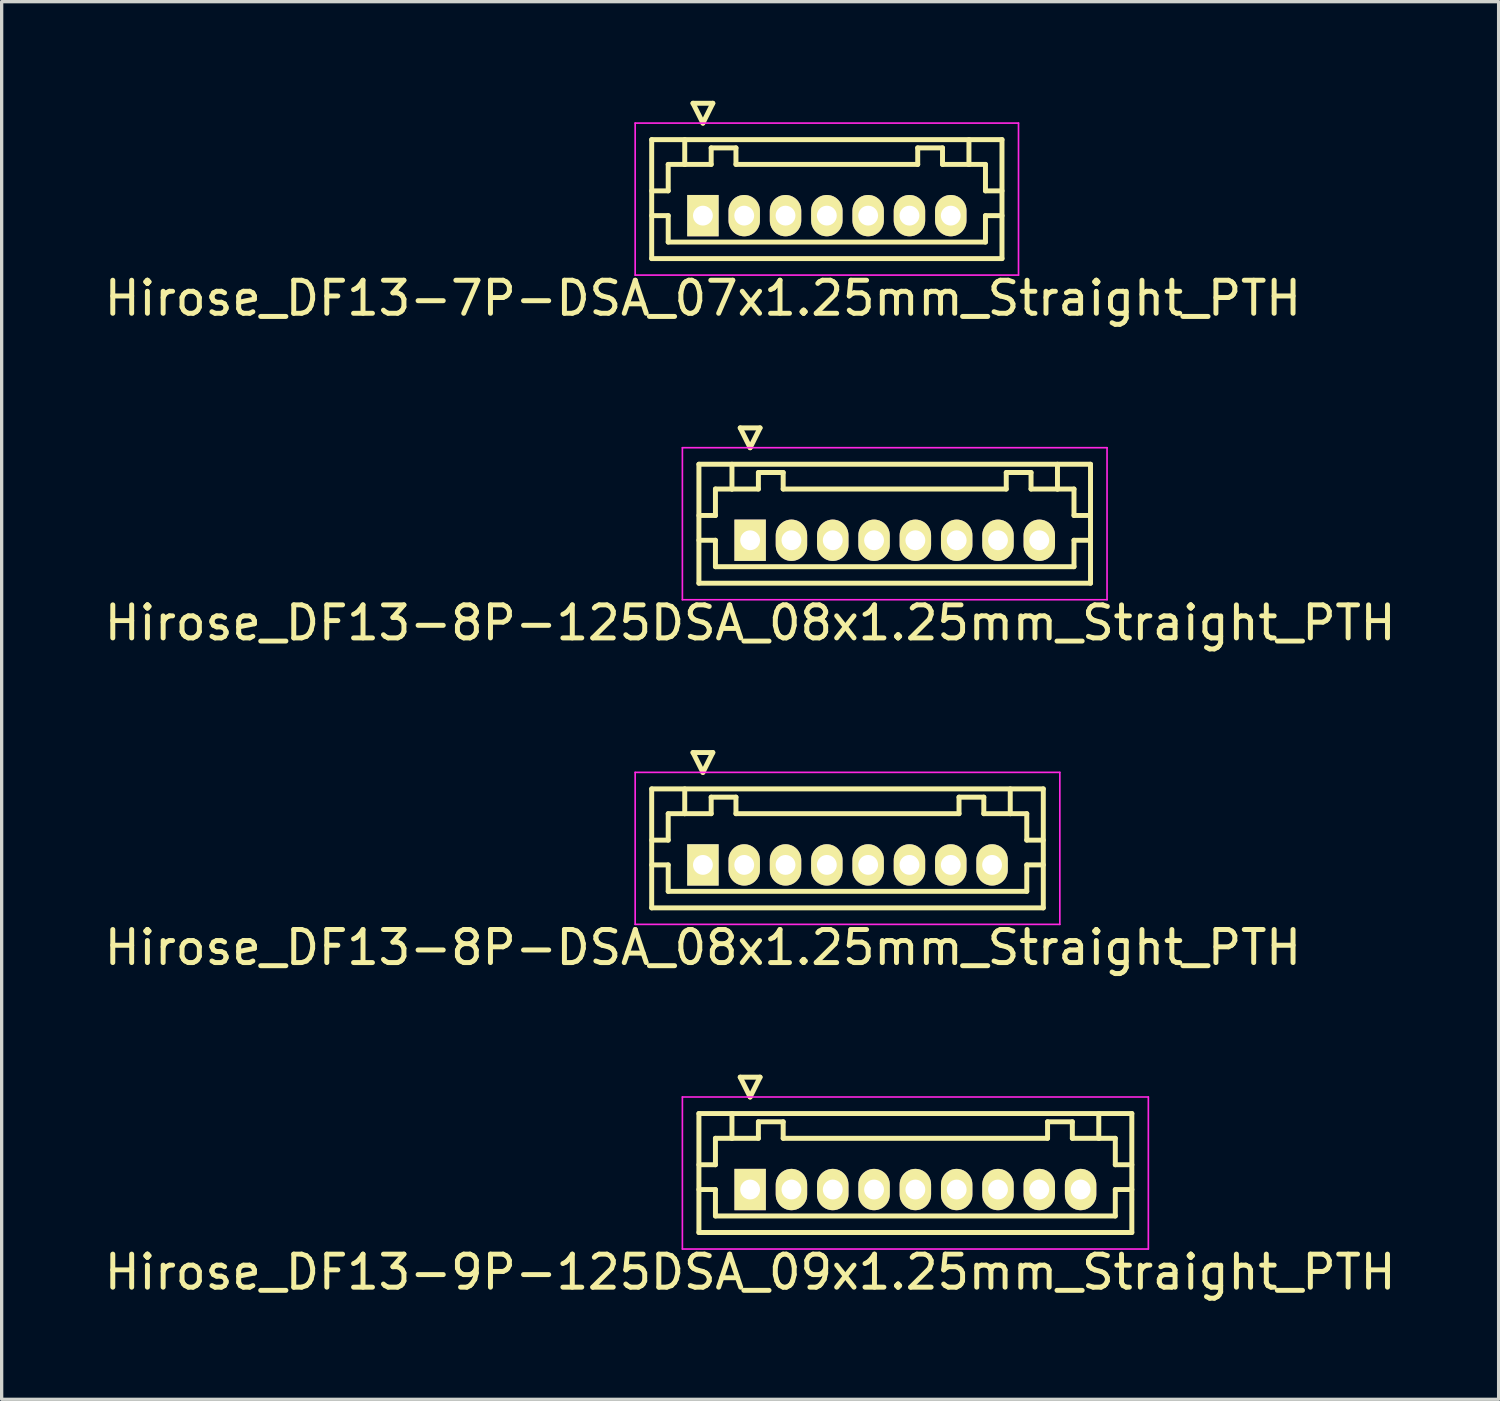
<source format=kicad_pcb>
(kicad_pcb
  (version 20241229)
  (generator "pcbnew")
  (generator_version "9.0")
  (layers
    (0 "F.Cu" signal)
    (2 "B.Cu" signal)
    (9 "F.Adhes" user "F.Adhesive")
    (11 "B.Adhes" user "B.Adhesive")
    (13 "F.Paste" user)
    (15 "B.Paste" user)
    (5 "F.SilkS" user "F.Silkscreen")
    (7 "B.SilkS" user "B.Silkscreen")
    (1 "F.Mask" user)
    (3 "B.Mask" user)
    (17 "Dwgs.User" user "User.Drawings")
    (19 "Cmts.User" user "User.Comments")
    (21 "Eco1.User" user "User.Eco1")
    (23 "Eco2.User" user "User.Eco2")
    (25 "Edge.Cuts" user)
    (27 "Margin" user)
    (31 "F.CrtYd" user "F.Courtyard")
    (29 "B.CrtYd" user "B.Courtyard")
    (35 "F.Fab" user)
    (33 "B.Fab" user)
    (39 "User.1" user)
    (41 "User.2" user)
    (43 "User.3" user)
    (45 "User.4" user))
  (footprint "Hirose_DF13-8P-125DSA_08x1.25mm_Straight_PTH"
    (layer "F.Cu")
    (at 19.649 13.298)
    (property "Reference" "Hirose_DF13-8P-125DSA_08x1.25mm_Straight_PTH" (at 0 2.5 0) (layer "F.SilkS") (effects (font (size 1 1) (thickness 0.15))))
    (attr through_hole)
    (fp_line (start -1.55 -2.3) (end -1.55 1.3) (stroke (width 0.15) (type solid)) (layer "F.SilkS"))
    (fp_line (start -1.55 -0.75) (end -1.05 -0.75) (stroke (width 0.15) (type solid)) (layer "F.SilkS"))
    (fp_line (start -1.55 0) (end -1.05 0) (stroke (width 0.15) (type solid)) (layer "F.SilkS"))
    (fp_line (start -1.55 1.3) (end 10.3 1.3) (stroke (width 0.15) (type solid)) (layer "F.SilkS"))
    (fp_line (start -1.05 -1.55) (end -0.55 -1.55) (stroke (width 0.15) (type solid)) (layer "F.SilkS"))
    (fp_line (start -1.05 -0.75) (end -1.05 -1.55) (stroke (width 0.15) (type solid)) (layer "F.SilkS"))
    (fp_line (start -1.05 0) (end -1.05 0.8) (stroke (width 0.15) (type solid)) (layer "F.SilkS"))
    (fp_line (start -1.05 0.8) (end 9.8 0.8) (stroke (width 0.15) (type solid)) (layer "F.SilkS"))
    (fp_line (start -0.55 -1.55) (end -0.55 -2.3) (stroke (width 0.15) (type solid)) (layer "F.SilkS"))
    (fp_line (start -0.55 -1.55) (end 0.25 -1.55) (stroke (width 0.15) (type solid)) (layer "F.SilkS"))
    (fp_line (start -0.3 -3.4) (end 0.3 -3.4) (stroke (width 0.15) (type solid)) (layer "F.SilkS"))
    (fp_line (start 0 -2.8) (end -0.3 -3.4) (stroke (width 0.15) (type solid)) (layer "F.SilkS"))
    (fp_line (start 0.25 -2.05) (end 1 -2.05) (stroke (width 0.15) (type solid)) (layer "F.SilkS"))
    (fp_line (start 0.25 -1.55) (end 0.25 -2.05) (stroke (width 0.15) (type solid)) (layer "F.SilkS"))
    (fp_line (start 0.3 -3.4) (end 0 -2.8) (stroke (width 0.15) (type solid)) (layer "F.SilkS"))
    (fp_line (start 1 -2.05) (end 1 -1.55) (stroke (width 0.15) (type solid)) (layer "F.SilkS"))
    (fp_line (start 1 -1.55) (end 7.75 -1.55) (stroke (width 0.15) (type solid)) (layer "F.SilkS"))
    (fp_line (start 7.75 -2.05) (end 8.5 -2.05) (stroke (width 0.15) (type solid)) (layer "F.SilkS"))
    (fp_line (start 7.75 -1.55) (end 7.75 -2.05) (stroke (width 0.15) (type solid)) (layer "F.SilkS"))
    (fp_line (start 8.5 -2.05) (end 8.5 -1.55) (stroke (width 0.15) (type solid)) (layer "F.SilkS"))
    (fp_line (start 8.5 -1.55) (end 9.3 -1.55) (stroke (width 0.15) (type solid)) (layer "F.SilkS"))
    (fp_line (start 9.3 -1.55) (end 9.3 -2.3) (stroke (width 0.15) (type solid)) (layer "F.SilkS"))
    (fp_line (start 9.8 -1.55) (end 9.3 -1.55) (stroke (width 0.15) (type solid)) (layer "F.SilkS"))
    (fp_line (start 9.8 -0.75) (end 9.8 -1.55) (stroke (width 0.15) (type solid)) (layer "F.SilkS"))
    (fp_line (start 9.8 0) (end 10.3 0) (stroke (width 0.15) (type solid)) (layer "F.SilkS"))
    (fp_line (start 9.8 0.8) (end 9.8 0) (stroke (width 0.15) (type solid)) (layer "F.SilkS"))
    (fp_line (start 10.3 -2.3) (end -1.55 -2.3) (stroke (width 0.15) (type solid)) (layer "F.SilkS"))
    (fp_line (start 10.3 -0.75) (end 9.8 -0.75) (stroke (width 0.15) (type solid)) (layer "F.SilkS"))
    (fp_line (start 10.3 1.3) (end 10.3 -2.3) (stroke (width 0.15) (type solid)) (layer "F.SilkS"))
    (fp_line (start -2.05 -2.8) (end -2.05 1.8) (stroke (width 0.05) (type solid)) (layer "F.CrtYd"))
    (fp_line (start -2.05 1.8) (end 10.8 1.8) (stroke (width 0.05) (type solid)) (layer "F.CrtYd"))
    (fp_line (start 10.8 -2.8) (end -2.05 -2.8) (stroke (width 0.05) (type solid)) (layer "F.CrtYd"))
    (fp_line (start 10.8 1.8) (end 10.8 -2.8) (stroke (width 0.05) (type solid)) (layer "F.CrtYd"))
    (pad "1" thru_hole rect (at 0 0) (size 0.95 1.25) (drill 0.6) (layers "*.Cu" "*.Mask" "F.SilkS"))
    (pad "2" thru_hole oval (at 1.25 0) (size 0.95 1.25) (drill 0.6) (layers "*.Cu" "*.Mask" "F.SilkS"))
    (pad "3" thru_hole oval (at 2.5 0) (size 0.95 1.25) (drill 0.6) (layers "*.Cu" "*.Mask" "F.SilkS"))
    (pad "4" thru_hole oval (at 3.75 0) (size 0.95 1.25) (drill 0.6) (layers "*.Cu" "*.Mask" "F.SilkS"))
    (pad "5" thru_hole oval (at 5 0) (size 0.95 1.25) (drill 0.6) (layers "*.Cu" "*.Mask" "F.SilkS"))
    (pad "6" thru_hole oval (at 6.25 0) (size 0.95 1.25) (drill 0.6) (layers "*.Cu" "*.Mask" "F.SilkS"))
    (pad "7" thru_hole oval (at 7.5 0) (size 0.95 1.25) (drill 0.6) (layers "*.Cu" "*.Mask" "F.SilkS"))
    (pad "8" thru_hole oval (at 8.75 0) (size 0.95 1.25) (drill 0.6) (layers "*.Cu" "*.Mask" "F.SilkS")))
  (footprint "Hirose_DF13-9P-125DSA_09x1.25mm_Straight_PTH"
    (layer "F.Cu")
    (at 19.649 32.945)
    (property "Reference" "Hirose_DF13-9P-125DSA_09x1.25mm_Straight_PTH" (at 0 2.5 0) (layer "F.SilkS") (effects (font (size 1 1) (thickness 0.15))))
    (attr through_hole)
    (fp_line (start -1.55 -2.3) (end -1.55 1.3) (stroke (width 0.15) (type solid)) (layer "F.SilkS"))
    (fp_line (start -1.55 -0.75) (end -1.05 -0.75) (stroke (width 0.15) (type solid)) (layer "F.SilkS"))
    (fp_line (start -1.55 0) (end -1.05 0) (stroke (width 0.15) (type solid)) (layer "F.SilkS"))
    (fp_line (start -1.55 1.3) (end 11.55 1.3) (stroke (width 0.15) (type solid)) (layer "F.SilkS"))
    (fp_line (start -1.05 -1.55) (end -0.55 -1.55) (stroke (width 0.15) (type solid)) (layer "F.SilkS"))
    (fp_line (start -1.05 -0.75) (end -1.05 -1.55) (stroke (width 0.15) (type solid)) (layer "F.SilkS"))
    (fp_line (start -1.05 0) (end -1.05 0.8) (stroke (width 0.15) (type solid)) (layer "F.SilkS"))
    (fp_line (start -1.05 0.8) (end 11.05 0.8) (stroke (width 0.15) (type solid)) (layer "F.SilkS"))
    (fp_line (start -0.55 -1.55) (end -0.55 -2.3) (stroke (width 0.15) (type solid)) (layer "F.SilkS"))
    (fp_line (start -0.55 -1.55) (end 0.25 -1.55) (stroke (width 0.15) (type solid)) (layer "F.SilkS"))
    (fp_line (start -0.3 -3.4) (end 0.3 -3.4) (stroke (width 0.15) (type solid)) (layer "F.SilkS"))
    (fp_line (start 0 -2.8) (end -0.3 -3.4) (stroke (width 0.15) (type solid)) (layer "F.SilkS"))
    (fp_line (start 0.25 -2.05) (end 1 -2.05) (stroke (width 0.15) (type solid)) (layer "F.SilkS"))
    (fp_line (start 0.25 -1.55) (end 0.25 -2.05) (stroke (width 0.15) (type solid)) (layer "F.SilkS"))
    (fp_line (start 0.3 -3.4) (end 0 -2.8) (stroke (width 0.15) (type solid)) (layer "F.SilkS"))
    (fp_line (start 1 -2.05) (end 1 -1.55) (stroke (width 0.15) (type solid)) (layer "F.SilkS"))
    (fp_line (start 1 -1.55) (end 9 -1.55) (stroke (width 0.15) (type solid)) (layer "F.SilkS"))
    (fp_line (start 9 -2.05) (end 9.75 -2.05) (stroke (width 0.15) (type solid)) (layer "F.SilkS"))
    (fp_line (start 9 -1.55) (end 9 -2.05) (stroke (width 0.15) (type solid)) (layer "F.SilkS"))
    (fp_line (start 9.75 -2.05) (end 9.75 -1.55) (stroke (width 0.15) (type solid)) (layer "F.SilkS"))
    (fp_line (start 9.75 -1.55) (end 10.55 -1.55) (stroke (width 0.15) (type solid)) (layer "F.SilkS"))
    (fp_line (start 10.55 -1.55) (end 10.55 -2.3) (stroke (width 0.15) (type solid)) (layer "F.SilkS"))
    (fp_line (start 11.05 -1.55) (end 10.55 -1.55) (stroke (width 0.15) (type solid)) (layer "F.SilkS"))
    (fp_line (start 11.05 -0.75) (end 11.05 -1.55) (stroke (width 0.15) (type solid)) (layer "F.SilkS"))
    (fp_line (start 11.05 0) (end 11.55 0) (stroke (width 0.15) (type solid)) (layer "F.SilkS"))
    (fp_line (start 11.05 0.8) (end 11.05 0) (stroke (width 0.15) (type solid)) (layer "F.SilkS"))
    (fp_line (start 11.55 -2.3) (end -1.55 -2.3) (stroke (width 0.15) (type solid)) (layer "F.SilkS"))
    (fp_line (start 11.55 -0.75) (end 11.05 -0.75) (stroke (width 0.15) (type solid)) (layer "F.SilkS"))
    (fp_line (start 11.55 1.3) (end 11.55 -2.3) (stroke (width 0.15) (type solid)) (layer "F.SilkS"))
    (fp_line (start -2.05 -2.8) (end -2.05 1.8) (stroke (width 0.05) (type solid)) (layer "F.CrtYd"))
    (fp_line (start -2.05 1.8) (end 12.05 1.8) (stroke (width 0.05) (type solid)) (layer "F.CrtYd"))
    (fp_line (start 12.05 -2.8) (end -2.05 -2.8) (stroke (width 0.05) (type solid)) (layer "F.CrtYd"))
    (fp_line (start 12.05 1.8) (end 12.05 -2.8) (stroke (width 0.05) (type solid)) (layer "F.CrtYd"))
    (pad "1" thru_hole rect (at 0 0) (size 0.95 1.25) (drill 0.6) (layers "*.Cu" "*.Mask" "F.SilkS"))
    (pad "2" thru_hole oval (at 1.25 0) (size 0.95 1.25) (drill 0.6) (layers "*.Cu" "*.Mask" "F.SilkS"))
    (pad "3" thru_hole oval (at 2.5 0) (size 0.95 1.25) (drill 0.6) (layers "*.Cu" "*.Mask" "F.SilkS"))
    (pad "4" thru_hole oval (at 3.75 0) (size 0.95 1.25) (drill 0.6) (layers "*.Cu" "*.Mask" "F.SilkS"))
    (pad "5" thru_hole oval (at 5 0) (size 0.95 1.25) (drill 0.6) (layers "*.Cu" "*.Mask" "F.SilkS"))
    (pad "6" thru_hole oval (at 6.25 0) (size 0.95 1.25) (drill 0.6) (layers "*.Cu" "*.Mask" "F.SilkS"))
    (pad "7" thru_hole oval (at 7.5 0) (size 0.95 1.25) (drill 0.6) (layers "*.Cu" "*.Mask" "F.SilkS"))
    (pad "8" thru_hole oval (at 8.75 0) (size 0.95 1.25) (drill 0.6) (layers "*.Cu" "*.Mask" "F.SilkS"))
    (pad "9" thru_hole oval (at 10 0) (size 0.95 1.25) (drill 0.6) (layers "*.Cu" "*.Mask" "F.SilkS")))
  (footprint "Hirose_DF13-7P-DSA_07x1.25mm_Straight_PTH"
    (layer "F.Cu")
    (at 18.22 3.475)
    (property "Reference" "Hirose_DF13-7P-DSA_07x1.25mm_Straight_PTH" (at 0 2.5 0) (layer "F.SilkS") (effects (font (size 1 1) (thickness 0.15))))
    (attr through_hole)
    (fp_line (start -1.55 -2.3) (end -1.55 1.3) (stroke (width 0.15) (type solid)) (layer "F.SilkS"))
    (fp_line (start -1.55 -0.75) (end -1.05 -0.75) (stroke (width 0.15) (type solid)) (layer "F.SilkS"))
    (fp_line (start -1.55 0) (end -1.05 0) (stroke (width 0.15) (type solid)) (layer "F.SilkS"))
    (fp_line (start -1.55 1.3) (end 9.05 1.3) (stroke (width 0.15) (type solid)) (layer "F.SilkS"))
    (fp_line (start -1.05 -1.55) (end -0.55 -1.55) (stroke (width 0.15) (type solid)) (layer "F.SilkS"))
    (fp_line (start -1.05 -0.75) (end -1.05 -1.55) (stroke (width 0.15) (type solid)) (layer "F.SilkS"))
    (fp_line (start -1.05 0) (end -1.05 0.8) (stroke (width 0.15) (type solid)) (layer "F.SilkS"))
    (fp_line (start -1.05 0.8) (end 8.55 0.8) (stroke (width 0.15) (type solid)) (layer "F.SilkS"))
    (fp_line (start -0.55 -1.55) (end -0.55 -2.3) (stroke (width 0.15) (type solid)) (layer "F.SilkS"))
    (fp_line (start -0.55 -1.55) (end 0.25 -1.55) (stroke (width 0.15) (type solid)) (layer "F.SilkS"))
    (fp_line (start -0.3 -3.4) (end 0.3 -3.4) (stroke (width 0.15) (type solid)) (layer "F.SilkS"))
    (fp_line (start 0 -2.8) (end -0.3 -3.4) (stroke (width 0.15) (type solid)) (layer "F.SilkS"))
    (fp_line (start 0.25 -2.05) (end 1 -2.05) (stroke (width 0.15) (type solid)) (layer "F.SilkS"))
    (fp_line (start 0.25 -1.55) (end 0.25 -2.05) (stroke (width 0.15) (type solid)) (layer "F.SilkS"))
    (fp_line (start 0.3 -3.4) (end 0 -2.8) (stroke (width 0.15) (type solid)) (layer "F.SilkS"))
    (fp_line (start 1 -2.05) (end 1 -1.55) (stroke (width 0.15) (type solid)) (layer "F.SilkS"))
    (fp_line (start 1 -1.55) (end 6.5 -1.55) (stroke (width 0.15) (type solid)) (layer "F.SilkS"))
    (fp_line (start 6.5 -2.05) (end 7.25 -2.05) (stroke (width 0.15) (type solid)) (layer "F.SilkS"))
    (fp_line (start 6.5 -1.55) (end 6.5 -2.05) (stroke (width 0.15) (type solid)) (layer "F.SilkS"))
    (fp_line (start 7.25 -2.05) (end 7.25 -1.55) (stroke (width 0.15) (type solid)) (layer "F.SilkS"))
    (fp_line (start 7.25 -1.55) (end 8.05 -1.55) (stroke (width 0.15) (type solid)) (layer "F.SilkS"))
    (fp_line (start 8.05 -1.55) (end 8.05 -2.3) (stroke (width 0.15) (type solid)) (layer "F.SilkS"))
    (fp_line (start 8.55 -1.55) (end 8.05 -1.55) (stroke (width 0.15) (type solid)) (layer "F.SilkS"))
    (fp_line (start 8.55 -0.75) (end 8.55 -1.55) (stroke (width 0.15) (type solid)) (layer "F.SilkS"))
    (fp_line (start 8.55 0) (end 9.05 0) (stroke (width 0.15) (type solid)) (layer "F.SilkS"))
    (fp_line (start 8.55 0.8) (end 8.55 0) (stroke (width 0.15) (type solid)) (layer "F.SilkS"))
    (fp_line (start 9.05 -2.3) (end -1.55 -2.3) (stroke (width 0.15) (type solid)) (layer "F.SilkS"))
    (fp_line (start 9.05 -0.75) (end 8.55 -0.75) (stroke (width 0.15) (type solid)) (layer "F.SilkS"))
    (fp_line (start 9.05 1.3) (end 9.05 -2.3) (stroke (width 0.15) (type solid)) (layer "F.SilkS"))
    (fp_line (start -2.05 -2.8) (end -2.05 1.8) (stroke (width 0.05) (type solid)) (layer "F.CrtYd"))
    (fp_line (start -2.05 1.8) (end 9.55 1.8) (stroke (width 0.05) (type solid)) (layer "F.CrtYd"))
    (fp_line (start 9.55 -2.8) (end -2.05 -2.8) (stroke (width 0.05) (type solid)) (layer "F.CrtYd"))
    (fp_line (start 9.55 1.8) (end 9.55 -2.8) (stroke (width 0.05) (type solid)) (layer "F.CrtYd"))
    (pad "1" thru_hole rect (at 0 0) (size 0.95 1.25) (drill 0.6) (layers "*.Cu" "*.Mask" "F.SilkS"))
    (pad "2" thru_hole oval (at 1.25 0) (size 0.95 1.25) (drill 0.6) (layers "*.Cu" "*.Mask" "F.SilkS"))
    (pad "3" thru_hole oval (at 2.5 0) (size 0.95 1.25) (drill 0.6) (layers "*.Cu" "*.Mask" "F.SilkS"))
    (pad "4" thru_hole oval (at 3.75 0) (size 0.95 1.25) (drill 0.6) (layers "*.Cu" "*.Mask" "F.SilkS"))
    (pad "5" thru_hole oval (at 5 0) (size 0.95 1.25) (drill 0.6) (layers "*.Cu" "*.Mask" "F.SilkS"))
    (pad "6" thru_hole oval (at 6.25 0) (size 0.95 1.25) (drill 0.6) (layers "*.Cu" "*.Mask" "F.SilkS"))
    (pad "7" thru_hole oval (at 7.5 0) (size 0.95 1.25) (drill 0.6) (layers "*.Cu" "*.Mask" "F.SilkS")))
  (footprint "Hirose_DF13-8P-DSA_08x1.25mm_Straight_PTH"
    (layer "F.Cu")
    (at 18.22 23.122)
    (property "Reference" "Hirose_DF13-8P-DSA_08x1.25mm_Straight_PTH" (at 0 2.5 0) (layer "F.SilkS") (effects (font (size 1 1) (thickness 0.15))))
    (attr through_hole)
    (fp_line (start -1.55 -2.3) (end -1.55 1.3) (stroke (width 0.15) (type solid)) (layer "F.SilkS"))
    (fp_line (start -1.55 -0.75) (end -1.05 -0.75) (stroke (width 0.15) (type solid)) (layer "F.SilkS"))
    (fp_line (start -1.55 0) (end -1.05 0) (stroke (width 0.15) (type solid)) (layer "F.SilkS"))
    (fp_line (start -1.55 1.3) (end 10.3 1.3) (stroke (width 0.15) (type solid)) (layer "F.SilkS"))
    (fp_line (start -1.05 -1.55) (end -0.55 -1.55) (stroke (width 0.15) (type solid)) (layer "F.SilkS"))
    (fp_line (start -1.05 -0.75) (end -1.05 -1.55) (stroke (width 0.15) (type solid)) (layer "F.SilkS"))
    (fp_line (start -1.05 0) (end -1.05 0.8) (stroke (width 0.15) (type solid)) (layer "F.SilkS"))
    (fp_line (start -1.05 0.8) (end 9.8 0.8) (stroke (width 0.15) (type solid)) (layer "F.SilkS"))
    (fp_line (start -0.55 -1.55) (end -0.55 -2.3) (stroke (width 0.15) (type solid)) (layer "F.SilkS"))
    (fp_line (start -0.55 -1.55) (end 0.25 -1.55) (stroke (width 0.15) (type solid)) (layer "F.SilkS"))
    (fp_line (start -0.3 -3.4) (end 0.3 -3.4) (stroke (width 0.15) (type solid)) (layer "F.SilkS"))
    (fp_line (start 0 -2.8) (end -0.3 -3.4) (stroke (width 0.15) (type solid)) (layer "F.SilkS"))
    (fp_line (start 0.25 -2.05) (end 1 -2.05) (stroke (width 0.15) (type solid)) (layer "F.SilkS"))
    (fp_line (start 0.25 -1.55) (end 0.25 -2.05) (stroke (width 0.15) (type solid)) (layer "F.SilkS"))
    (fp_line (start 0.3 -3.4) (end 0 -2.8) (stroke (width 0.15) (type solid)) (layer "F.SilkS"))
    (fp_line (start 1 -2.05) (end 1 -1.55) (stroke (width 0.15) (type solid)) (layer "F.SilkS"))
    (fp_line (start 1 -1.55) (end 7.75 -1.55) (stroke (width 0.15) (type solid)) (layer "F.SilkS"))
    (fp_line (start 7.75 -2.05) (end 8.5 -2.05) (stroke (width 0.15) (type solid)) (layer "F.SilkS"))
    (fp_line (start 7.75 -1.55) (end 7.75 -2.05) (stroke (width 0.15) (type solid)) (layer "F.SilkS"))
    (fp_line (start 8.5 -2.05) (end 8.5 -1.55) (stroke (width 0.15) (type solid)) (layer "F.SilkS"))
    (fp_line (start 8.5 -1.55) (end 9.3 -1.55) (stroke (width 0.15) (type solid)) (layer "F.SilkS"))
    (fp_line (start 9.3 -1.55) (end 9.3 -2.3) (stroke (width 0.15) (type solid)) (layer "F.SilkS"))
    (fp_line (start 9.8 -1.55) (end 9.3 -1.55) (stroke (width 0.15) (type solid)) (layer "F.SilkS"))
    (fp_line (start 9.8 -0.75) (end 9.8 -1.55) (stroke (width 0.15) (type solid)) (layer "F.SilkS"))
    (fp_line (start 9.8 0) (end 10.3 0) (stroke (width 0.15) (type solid)) (layer "F.SilkS"))
    (fp_line (start 9.8 0.8) (end 9.8 0) (stroke (width 0.15) (type solid)) (layer "F.SilkS"))
    (fp_line (start 10.3 -2.3) (end -1.55 -2.3) (stroke (width 0.15) (type solid)) (layer "F.SilkS"))
    (fp_line (start 10.3 -0.75) (end 9.8 -0.75) (stroke (width 0.15) (type solid)) (layer "F.SilkS"))
    (fp_line (start 10.3 1.3) (end 10.3 -2.3) (stroke (width 0.15) (type solid)) (layer "F.SilkS"))
    (fp_line (start -2.05 -2.8) (end -2.05 1.8) (stroke (width 0.05) (type solid)) (layer "F.CrtYd"))
    (fp_line (start -2.05 1.8) (end 10.8 1.8) (stroke (width 0.05) (type solid)) (layer "F.CrtYd"))
    (fp_line (start 10.8 -2.8) (end -2.05 -2.8) (stroke (width 0.05) (type solid)) (layer "F.CrtYd"))
    (fp_line (start 10.8 1.8) (end 10.8 -2.8) (stroke (width 0.05) (type solid)) (layer "F.CrtYd"))
    (pad "1" thru_hole rect (at 0 0) (size 0.95 1.25) (drill 0.6) (layers "*.Cu" "*.Mask" "F.SilkS"))
    (pad "2" thru_hole oval (at 1.25 0) (size 0.95 1.25) (drill 0.6) (layers "*.Cu" "*.Mask" "F.SilkS"))
    (pad "3" thru_hole oval (at 2.5 0) (size 0.95 1.25) (drill 0.6) (layers "*.Cu" "*.Mask" "F.SilkS"))
    (pad "4" thru_hole oval (at 3.75 0) (size 0.95 1.25) (drill 0.6) (layers "*.Cu" "*.Mask" "F.SilkS"))
    (pad "5" thru_hole oval (at 5 0) (size 0.95 1.25) (drill 0.6) (layers "*.Cu" "*.Mask" "F.SilkS"))
    (pad "6" thru_hole oval (at 6.25 0) (size 0.95 1.25) (drill 0.6) (layers "*.Cu" "*.Mask" "F.SilkS"))
    (pad "7" thru_hole oval (at 7.5 0) (size 0.95 1.25) (drill 0.6) (layers "*.Cu" "*.Mask" "F.SilkS"))
    (pad "8" thru_hole oval (at 8.75 0) (size 0.95 1.25) (drill 0.6) (layers "*.Cu" "*.Mask" "F.SilkS")))
  (gr_rect
    (start -3 -3)
    (end 42.298 39.293)
    (stroke (width 0.1) (type default))
    (fill no)
    (layer "Edge.Cuts")))
</source>
